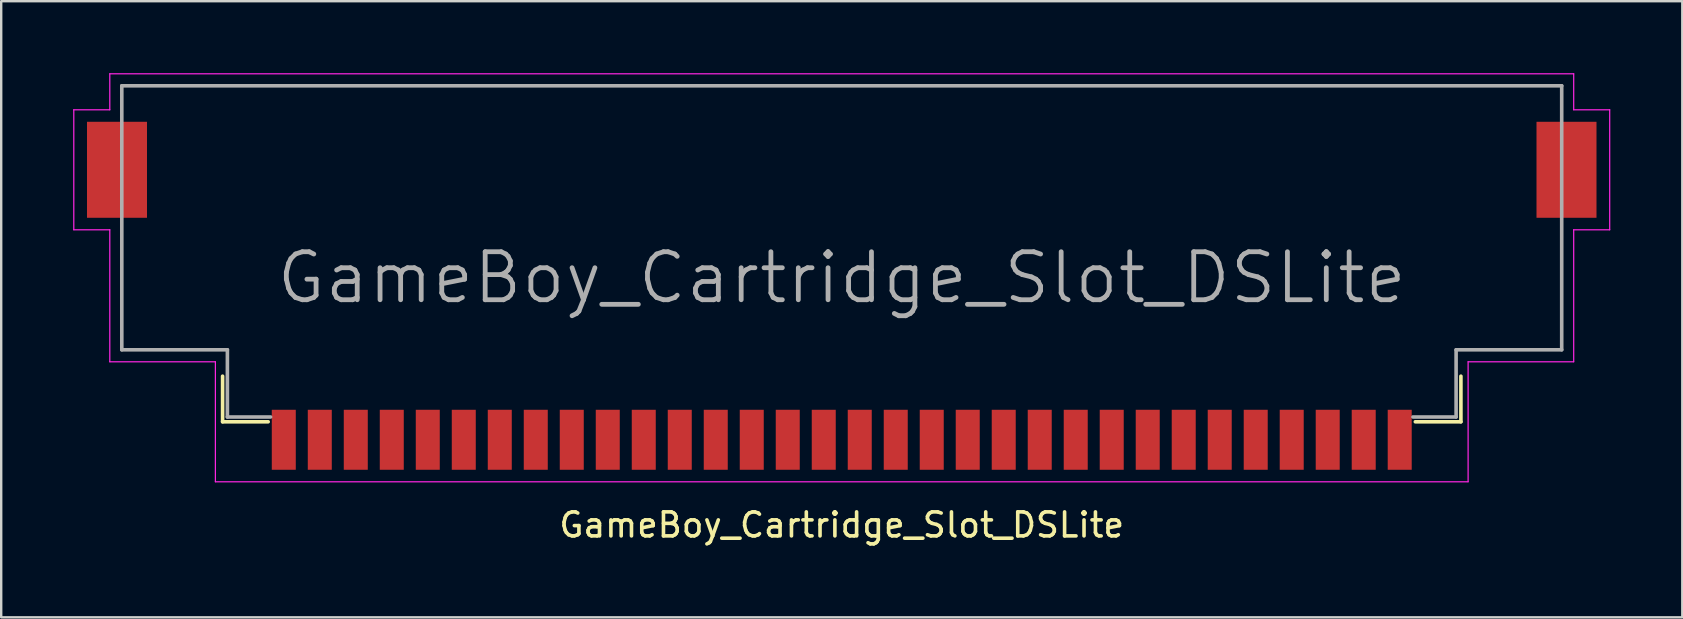
<source format=kicad_pcb>
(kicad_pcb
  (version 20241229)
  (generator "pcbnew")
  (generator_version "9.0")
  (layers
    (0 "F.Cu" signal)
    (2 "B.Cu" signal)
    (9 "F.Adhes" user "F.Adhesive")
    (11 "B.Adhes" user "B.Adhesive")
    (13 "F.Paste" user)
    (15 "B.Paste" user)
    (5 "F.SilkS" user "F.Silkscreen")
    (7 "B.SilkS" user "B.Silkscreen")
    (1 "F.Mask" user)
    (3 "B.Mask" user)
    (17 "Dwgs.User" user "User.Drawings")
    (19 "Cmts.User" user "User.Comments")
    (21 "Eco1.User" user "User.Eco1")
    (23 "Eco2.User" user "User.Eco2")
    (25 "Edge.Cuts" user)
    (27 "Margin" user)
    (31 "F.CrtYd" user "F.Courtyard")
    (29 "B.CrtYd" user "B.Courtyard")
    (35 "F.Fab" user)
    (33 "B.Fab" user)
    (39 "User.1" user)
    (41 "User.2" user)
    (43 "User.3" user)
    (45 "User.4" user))
  (footprint "GameBoy_Cartridge_Slot_DSLite"
    (layer "F.Cu")
    (at 32.025 9.275)
    (property "Reference" "GameBoy_Cartridge_Slot_DSLite" (at 0 9.55 180) (layer "F.SilkS") (effects (font (size 1 1) (thickness 0.15))))
    (attr smd)
    (fp_line (start -25.8 5.25) (end -25.8 3.35) (stroke (width 0.15) (type solid)) (layer "F.SilkS"))
    (fp_line (start -23.9 5.25) (end -25.8 5.25) (stroke (width 0.15) (type solid)) (layer "F.SilkS"))
    (fp_line (start 23.9 5.25) (end 25.8 5.25) (stroke (width 0.15) (type solid)) (layer "F.SilkS"))
    (fp_line (start 25.8 5.25) (end 25.8 3.35) (stroke (width 0.15) (type solid)) (layer "F.SilkS"))
    (fp_line (start -32 -7.75) (end -32 -2.75) (stroke (width 0.05) (type solid)) (layer "F.CrtYd"))
    (fp_line (start -32 -2.75) (end -30.5 -2.75) (stroke (width 0.05) (type solid)) (layer "F.CrtYd"))
    (fp_line (start -30.5 -9.25) (end -30.5 -7.75) (stroke (width 0.05) (type solid)) (layer "F.CrtYd"))
    (fp_line (start -30.5 -9.25) (end 30.5 -9.25) (stroke (width 0.05) (type solid)) (layer "F.CrtYd"))
    (fp_line (start -30.5 -7.75) (end -32 -7.75) (stroke (width 0.05) (type solid)) (layer "F.CrtYd"))
    (fp_line (start -30.5 -2.75) (end -30.5 2.75) (stroke (width 0.05) (type solid)) (layer "F.CrtYd"))
    (fp_line (start -30.5 2.75) (end -26.1 2.75) (stroke (width 0.05) (type solid)) (layer "F.CrtYd"))
    (fp_line (start -26.1 2.75) (end -26.1 7.75) (stroke (width 0.05) (type solid)) (layer "F.CrtYd"))
    (fp_line (start -26.1 7.75) (end 26.1 7.75) (stroke (width 0.05) (type solid)) (layer "F.CrtYd"))
    (fp_line (start 26.1 2.75) (end 30.5 2.75) (stroke (width 0.05) (type solid)) (layer "F.CrtYd"))
    (fp_line (start 26.1 7.75) (end 26.1 2.75) (stroke (width 0.05) (type solid)) (layer "F.CrtYd"))
    (fp_line (start 30.5 -7.75) (end 30.5 -9.25) (stroke (width 0.05) (type solid)) (layer "F.CrtYd"))
    (fp_line (start 30.5 -2.75) (end 32 -2.75) (stroke (width 0.05) (type solid)) (layer "F.CrtYd"))
    (fp_line (start 30.5 2.75) (end 30.5 -2.75) (stroke (width 0.05) (type solid)) (layer "F.CrtYd"))
    (fp_line (start 32 -7.75) (end 30.5 -7.75) (stroke (width 0.05) (type solid)) (layer "F.CrtYd"))
    (fp_line (start 32 -2.75) (end 32 -7.75) (stroke (width 0.05) (type solid)) (layer "F.CrtYd"))
    (fp_line (start -30 -8.75) (end 30 -8.75) (stroke (width 0.15) (type solid)) (layer "F.Fab"))
    (fp_line (start -30 2.25) (end -30 -8.75) (stroke (width 0.15) (type solid)) (layer "F.Fab"))
    (fp_line (start -25.6 2.25) (end -30 2.25) (stroke (width 0.15) (type solid)) (layer "F.Fab"))
    (fp_line (start -25.6 5.05) (end -25.6 2.25) (stroke (width 0.15) (type solid)) (layer "F.Fab"))
    (fp_line (start -23.8 5.05) (end -25.6 5.05) (stroke (width 0.15) (type solid)) (layer "F.Fab"))
    (fp_line (start 23.8 5.05) (end 25.6 5.05) (stroke (width 0.15) (type solid)) (layer "F.Fab"))
    (fp_line (start 25.6 2.25) (end 30 2.25) (stroke (width 0.15) (type solid)) (layer "F.Fab"))
    (fp_line (start 25.6 5.05) (end 25.6 2.25) (stroke (width 0.15) (type solid)) (layer "F.Fab"))
    (fp_line (start 30 2.25) (end 30 -8.75) (stroke (width 0.15) (type solid)) (layer "F.Fab"))
    (fp_text user "${REFERENCE}" (at 0 -0.75 0) (layer "F.Fab") (effects (font (size 2 2) (thickness 0.2))))
    (pad "1" smd rect (at -23.25 6) (size 1 2.5) (layers "F.Cu" "F.Mask" "F.Paste"))
    (pad "2" smd rect (at -21.75 6) (size 1 2.5) (layers "F.Cu" "F.Mask" "F.Paste"))
    (pad "3" smd rect (at -20.25 6) (size 1 2.5) (layers "F.Cu" "F.Mask" "F.Paste"))
    (pad "4" smd rect (at -18.75 6) (size 1 2.5) (layers "F.Cu" "F.Mask" "F.Paste"))
    (pad "5" smd rect (at -17.25 6) (size 1 2.5) (layers "F.Cu" "F.Mask" "F.Paste"))
    (pad "6" smd rect (at -15.75 6) (size 1 2.5) (layers "F.Cu" "F.Mask" "F.Paste"))
    (pad "7" smd rect (at -14.25 6) (size 1 2.5) (layers "F.Cu" "F.Mask" "F.Paste"))
    (pad "8" smd rect (at -12.75 6) (size 1 2.5) (layers "F.Cu" "F.Mask" "F.Paste"))
    (pad "9" smd rect (at -11.25 6) (size 1 2.5) (layers "F.Cu" "F.Mask" "F.Paste"))
    (pad "10" smd rect (at -9.75 6) (size 1 2.5) (layers "F.Cu" "F.Mask" "F.Paste"))
    (pad "11" smd rect (at -8.25 6) (size 1 2.5) (layers "F.Cu" "F.Mask" "F.Paste"))
    (pad "12" smd rect (at -6.75 6) (size 1 2.5) (layers "F.Cu" "F.Mask" "F.Paste"))
    (pad "13" smd rect (at -5.25 6) (size 1 2.5) (layers "F.Cu" "F.Mask" "F.Paste"))
    (pad "14" smd rect (at -3.75 6) (size 1 2.5) (layers "F.Cu" "F.Mask" "F.Paste"))
    (pad "15" smd rect (at -2.25 6) (size 1 2.5) (layers "F.Cu" "F.Mask" "F.Paste"))
    (pad "16" smd rect (at -0.75 6) (size 1 2.5) (layers "F.Cu" "F.Mask" "F.Paste"))
    (pad "17" smd rect (at 0.75 6) (size 1 2.5) (layers "F.Cu" "F.Mask" "F.Paste"))
    (pad "18" smd rect (at 2.25 6) (size 1 2.5) (layers "F.Cu" "F.Mask" "F.Paste"))
    (pad "19" smd rect (at 3.75 6) (size 1 2.5) (layers "F.Cu" "F.Mask" "F.Paste"))
    (pad "20" smd rect (at 5.25 6) (size 1 2.5) (layers "F.Cu" "F.Mask" "F.Paste"))
    (pad "21" smd rect (at 6.75 6) (size 1 2.5) (layers "F.Cu" "F.Mask" "F.Paste"))
    (pad "22" smd rect (at 8.25 6) (size 1 2.5) (layers "F.Cu" "F.Mask" "F.Paste"))
    (pad "23" smd rect (at 9.75 6) (size 1 2.5) (layers "F.Cu" "F.Mask" "F.Paste"))
    (pad "24" smd rect (at 11.25 6) (size 1 2.5) (layers "F.Cu" "F.Mask" "F.Paste"))
    (pad "25" smd rect (at 12.75 6) (size 1 2.5) (layers "F.Cu" "F.Mask" "F.Paste"))
    (pad "26" smd rect (at 14.25 6) (size 1 2.5) (layers "F.Cu" "F.Mask" "F.Paste"))
    (pad "27" smd rect (at 15.75 6) (size 1 2.5) (layers "F.Cu" "F.Mask" "F.Paste"))
    (pad "28" smd rect (at 17.25 6) (size 1 2.5) (layers "F.Cu" "F.Mask" "F.Paste"))
    (pad "29" smd rect (at 18.75 6) (size 1 2.5) (layers "F.Cu" "F.Mask" "F.Paste"))
    (pad "30" smd rect (at 20.25 6) (size 1 2.5) (layers "F.Cu" "F.Mask" "F.Paste"))
    (pad "31" smd rect (at 21.75 6) (size 1 2.5) (layers "F.Cu" "F.Mask" "F.Paste"))
    (pad "32" smd rect (at -30.2 -5.25) (size 2.5 4) (layers "F.Cu" "F.Mask" "F.Paste"))
    (pad "32" smd rect (at 23.25 6) (size 1 2.5) (layers "F.Cu" "F.Mask" "F.Paste"))
    (pad "32" smd rect (at 30.2 -5.25) (size 2.5 4) (layers "F.Cu" "F.Mask" "F.Paste")))
  (gr_rect
    (start -3 -3)
    (end 67.05 22.673)
    (stroke (width 0.1) (type default))
    (fill no)
    (layer "Edge.Cuts")))
</source>
